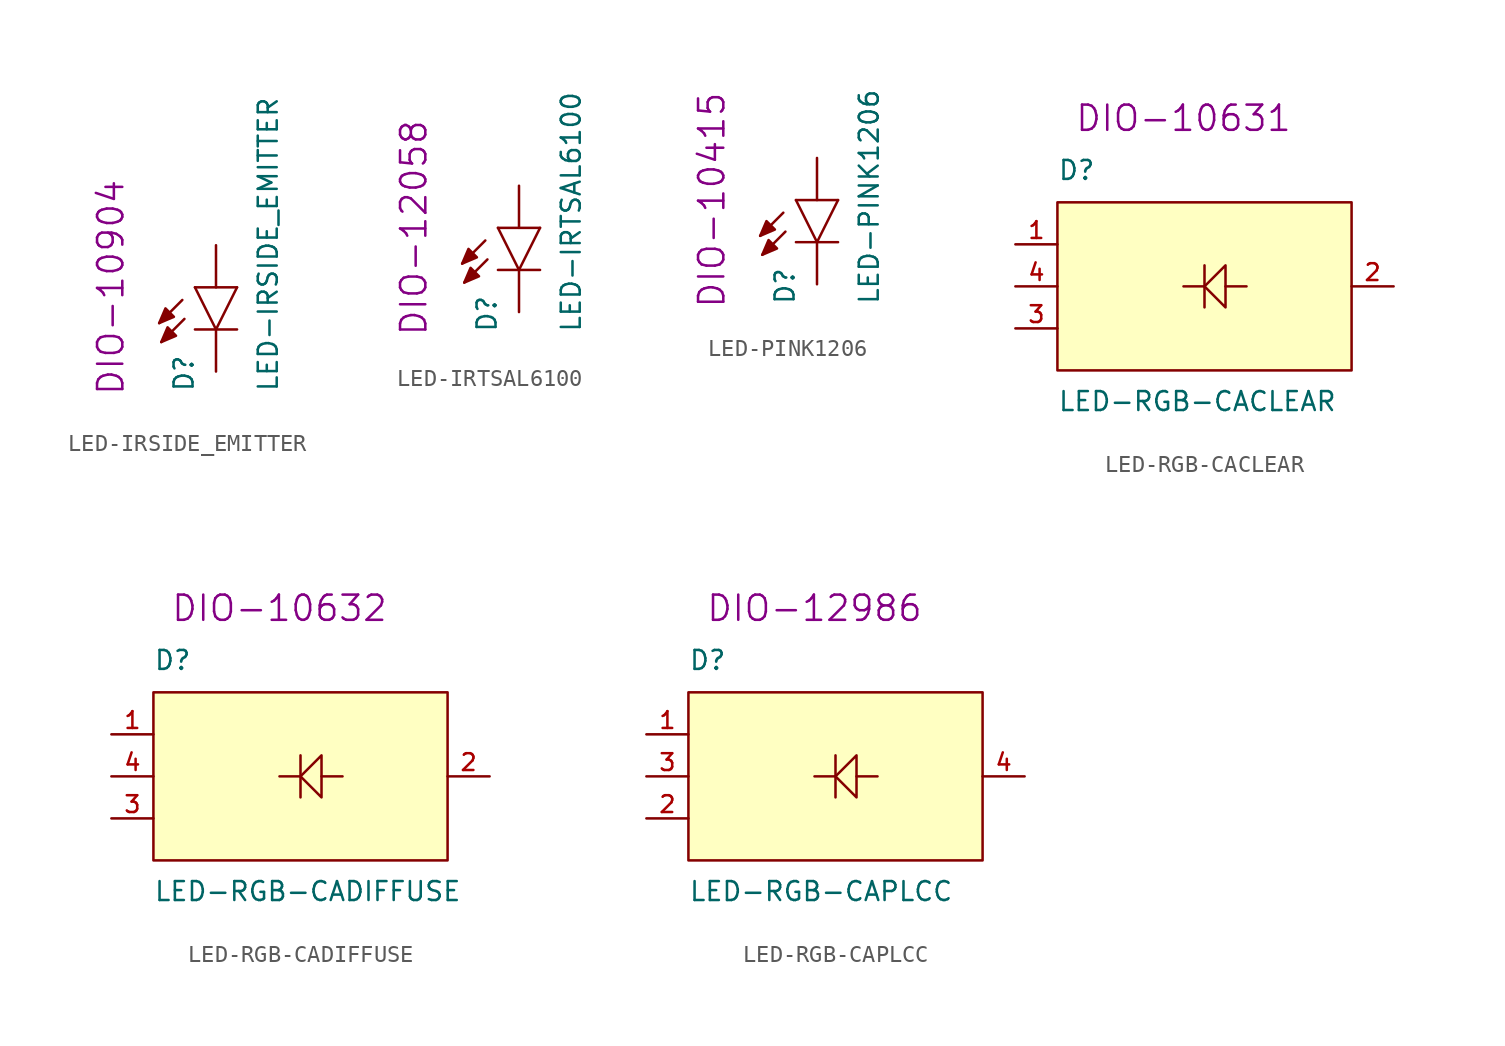
<source format=kicad_sym>
(kicad_symbol_lib
  (version 20211014)
  (generator kicad_symbol_editor)
  (symbol "LED-IRSIDE_EMITTER"
    (pin_numbers hide)
    (pin_names
      (offset 1.016) hide)
    (property "Reference" "D"
      (at -1.27 -6.35 90)
      (effects (font (size 1.143 1.143)) (justify left bottom)))
    (property "Value" "LED-IRSIDE_EMITTER"
      (at 3.81 -6.35 90)
      (effects (font (size 1.143 1.143)) (justify left bottom)))
    (property "Field4" "DIO-10904"
      (at -6.35 0 90)
      (effects (font (size 1.524 1.524))))
    (property "ki_locked" ""
      (at 0 0 0)
      (effects (font (size 1.27 1.27))))
    (symbol "LED-IRSIDE_EMITTER_1_0"
      (polyline (pts (xy -2.032 -0.762) (xy -3.429 -2.159)) (stroke (width 0) (type default) (color 0 0 0 0)) (fill (type none)))
      (polyline (pts (xy -1.905 -1.905) (xy -3.302 -3.302)) (stroke (width 0) (type default) (color 0 0 0 0)) (fill (type none)))
      (polyline (pts (xy 0 -2.54) (xy -1.27 -2.54)) (stroke (width 0) (type default) (color 0 0 0 0)) (fill (type none)))
      (polyline (pts (xy 0 -2.54) (xy -1.27 0)) (stroke (width 0) (type default) (color 0 0 0 0)) (fill (type none)))
      (polyline (pts (xy 1.27 -2.54) (xy 0 -2.54)) (stroke (width 0) (type default) (color 0 0 0 0)) (fill (type none)))
      (polyline (pts (xy 1.27 0) (xy -1.27 0)) (stroke (width 0) (type default) (color 0 0 0 0)) (fill (type none)))
      (polyline (pts (xy 1.27 0) (xy 0 -2.54)) (stroke (width 0) (type default) (color 0 0 0 0)) (fill (type none))))
    (symbol "LED-IRSIDE_EMITTER_1_1"
      (polyline (pts (xy -3.429 -2.159) (xy -3.048 -1.27) (xy -3.048 -1.27) (xy -2.54 -1.778) (xy -2.54 -1.778) (xy -3.429 -2.159)) (stroke (width 0) (type default) (color 0 0 0 0)) (fill (type outline)))
      (polyline (pts (xy -3.302 -3.302) (xy -2.921 -2.413) (xy -2.921 -2.413) (xy -2.413 -2.921) (xy -2.413 -2.921) (xy -3.302 -3.302)) (stroke (width 0) (type default) (color 0 0 0 0)) (fill (type outline)))
      (pin passive line (at 0 2.54 270) (length 2.54) (name "A" (effects (font (size 1.016 1.016)))) (number "A" (effects (font (size 1.016 1.016)))))
      (pin passive line (at 0 -5.08 90) (length 2.54) (name "C" (effects (font (size 1.016 1.016)))) (number "C" (effects (font (size 1.016 1.016)))))))
  (symbol "LED-IRTSAL6100"
    (pin_numbers hide)
    (pin_names
      (offset 1.016) hide)
    (property "Reference" "D"
      (at -1.27 -6.35 90)
      (effects (font (size 1.143 1.143)) (justify left bottom)))
    (property "Value" "LED-IRTSAL6100"
      (at 3.81 -6.35 90)
      (effects (font (size 1.143 1.143)) (justify left bottom)))
    (property "Field4" "DIO-12058"
      (at -6.35 0 90)
      (effects (font (size 1.524 1.524))))
    (property "ki_locked" ""
      (at 0 0 0)
      (effects (font (size 1.27 1.27))))
    (symbol "LED-IRTSAL6100_1_0"
      (polyline (pts (xy -2.032 -0.762) (xy -3.429 -2.159)) (stroke (width 0) (type default) (color 0 0 0 0)) (fill (type none)))
      (polyline (pts (xy -1.905 -1.905) (xy -3.302 -3.302)) (stroke (width 0) (type default) (color 0 0 0 0)) (fill (type none)))
      (polyline (pts (xy 0 -2.54) (xy -1.27 -2.54)) (stroke (width 0) (type default) (color 0 0 0 0)) (fill (type none)))
      (polyline (pts (xy 0 -2.54) (xy -1.27 0)) (stroke (width 0) (type default) (color 0 0 0 0)) (fill (type none)))
      (polyline (pts (xy 1.27 -2.54) (xy 0 -2.54)) (stroke (width 0) (type default) (color 0 0 0 0)) (fill (type none)))
      (polyline (pts (xy 1.27 0) (xy -1.27 0)) (stroke (width 0) (type default) (color 0 0 0 0)) (fill (type none)))
      (polyline (pts (xy 1.27 0) (xy 0 -2.54)) (stroke (width 0) (type default) (color 0 0 0 0)) (fill (type none))))
    (symbol "LED-IRTSAL6100_1_1"
      (polyline (pts (xy -3.429 -2.159) (xy -3.048 -1.27) (xy -3.048 -1.27) (xy -2.54 -1.778) (xy -2.54 -1.778) (xy -3.429 -2.159)) (stroke (width 0) (type default) (color 0 0 0 0)) (fill (type outline)))
      (polyline (pts (xy -3.302 -3.302) (xy -2.921 -2.413) (xy -2.921 -2.413) (xy -2.413 -2.921) (xy -2.413 -2.921) (xy -3.302 -3.302)) (stroke (width 0) (type default) (color 0 0 0 0)) (fill (type outline)))
      (pin passive line (at 0 2.54 270) (length 2.54) (name "A" (effects (font (size 1.016 1.016)))) (number "A" (effects (font (size 1.016 1.016)))))
      (pin passive line (at 0 -5.08 90) (length 2.54) (name "C" (effects (font (size 1.016 1.016)))) (number "K" (effects (font (size 1.016 1.016)))))))
  (symbol "LED-PINK1206"
    (pin_numbers hide)
    (pin_names
      (offset 1.016) hide)
    (property "Reference" "D"
      (at -1.27 -6.35 90)
      (effects (font (size 1.143 1.143)) (justify left bottom)))
    (property "Value" "LED-PINK1206"
      (at 3.81 -6.35 90)
      (effects (font (size 1.143 1.143)) (justify left bottom)))
    (property "Field4" "DIO-10415"
      (at -6.35 0 90)
      (effects (font (size 1.524 1.524))))
    (property "ki_locked" ""
      (at 0 0 0)
      (effects (font (size 1.27 1.27))))
    (symbol "LED-PINK1206_1_0"
      (polyline (pts (xy -2.032 -0.762) (xy -3.429 -2.159)) (stroke (width 0) (type default) (color 0 0 0 0)) (fill (type none)))
      (polyline (pts (xy -1.905 -1.905) (xy -3.302 -3.302)) (stroke (width 0) (type default) (color 0 0 0 0)) (fill (type none)))
      (polyline (pts (xy 0 -2.54) (xy -1.27 -2.54)) (stroke (width 0) (type default) (color 0 0 0 0)) (fill (type none)))
      (polyline (pts (xy 0 -2.54) (xy -1.27 0)) (stroke (width 0) (type default) (color 0 0 0 0)) (fill (type none)))
      (polyline (pts (xy 1.27 -2.54) (xy 0 -2.54)) (stroke (width 0) (type default) (color 0 0 0 0)) (fill (type none)))
      (polyline (pts (xy 1.27 0) (xy -1.27 0)) (stroke (width 0) (type default) (color 0 0 0 0)) (fill (type none)))
      (polyline (pts (xy 1.27 0) (xy 0 -2.54)) (stroke (width 0) (type default) (color 0 0 0 0)) (fill (type none))))
    (symbol "LED-PINK1206_1_1"
      (polyline (pts (xy -3.429 -2.159) (xy -3.048 -1.27) (xy -3.048 -1.27) (xy -2.54 -1.778) (xy -2.54 -1.778) (xy -3.429 -2.159)) (stroke (width 0) (type default) (color 0 0 0 0)) (fill (type outline)))
      (polyline (pts (xy -3.302 -3.302) (xy -2.921 -2.413) (xy -2.921 -2.413) (xy -2.413 -2.921) (xy -2.413 -2.921) (xy -3.302 -3.302)) (stroke (width 0) (type default) (color 0 0 0 0)) (fill (type outline)))
      (pin passive line (at 0 2.54 270) (length 2.54) (name "A" (effects (font (size 1.016 1.016)))) (number "A" (effects (font (size 1.016 1.016)))))
      (pin passive line (at 0 -5.08 90) (length 2.54) (name "C" (effects (font (size 1.016 1.016)))) (number "C" (effects (font (size 1.016 1.016)))))))
  (symbol "LED-RGB-CACLEAR"
    (pin_names
      (offset 1.016) hide)
    (property "Reference" "D"
      (at -7.62 6.35 0)
      (effects (font (size 1.143 1.143)) (justify left bottom)))
    (property "Value" "LED-RGB-CACLEAR"
      (at -7.62 -7.62 0)
      (effects (font (size 1.143 1.143)) (justify left bottom)))
    (property "Field4" "DIO-10631"
      (at 0 10.16 0)
      (effects (font (size 1.524 1.524))))
    (property "ki_locked" ""
      (at 0 0 0)
      (effects (font (size 1.27 1.27))))
    (symbol "LED-RGB-CACLEAR_1_0"
      (polyline (pts (xy 1.27 -1.27) (xy 1.27 0)) (stroke (width 0) (type default) (color 0 0 0 0)) (fill (type none)))
      (polyline (pts (xy 1.27 0) (xy 0 0)) (stroke (width 0) (type default) (color 0 0 0 0)) (fill (type none)))
      (polyline (pts (xy 1.27 0) (xy 1.27 1.27)) (stroke (width 0) (type default) (color 0 0 0 0)) (fill (type none)))
      (polyline (pts (xy 2.54 0) (xy 3.81 0)) (stroke (width 0) (type default) (color 0 0 0 0)) (fill (type none))))
    (symbol "LED-RGB-CACLEAR_1_1"
      (polyline (pts (xy 2.54 -1.27) (xy 2.54 0) (xy 2.54 1.27) (xy 1.27 0) (xy 2.54 -1.27)) (stroke (width 0) (type default) (color 0 0 0 0)) (fill (type background)))
      (polyline (pts (xy 10.16 5.08) (xy 10.16 -5.08) (xy -7.62 -5.08) (xy -7.62 5.08) (xy 10.16 5.08)) (stroke (width 0) (type default) (color 0 0 0 0)) (fill (type background)))
      (pin bidirectional line (at -10.16 2.54 0) (length 2.54) (name "RED" (effects (font (size 1.016 1.016)))) (number "1" (effects (font (size 1.016 1.016)))))
      (pin bidirectional line (at 12.7 0 180) (length 2.54) (name "A" (effects (font (size 1.016 1.016)))) (number "2" (effects (font (size 1.016 1.016)))))
      (pin bidirectional line (at -10.16 -2.54 0) (length 2.54) (name "GRN" (effects (font (size 1.016 1.016)))) (number "3" (effects (font (size 1.016 1.016)))))
      (pin bidirectional line (at -10.16 0 0) (length 2.54) (name "BLU" (effects (font (size 1.016 1.016)))) (number "4" (effects (font (size 1.016 1.016)))))))
  (symbol "LED-RGB-CADIFFUSE"
    (pin_names
      (offset 1.016) hide)
    (property "Reference" "D"
      (at -7.62 6.35 0)
      (effects (font (size 1.143 1.143)) (justify left bottom)))
    (property "Value" "LED-RGB-CADIFFUSE"
      (at -7.62 -7.62 0)
      (effects (font (size 1.143 1.143)) (justify left bottom)))
    (property "Field4" "DIO-10632"
      (at 0 10.16 0)
      (effects (font (size 1.524 1.524))))
    (property "ki_locked" ""
      (at 0 0 0)
      (effects (font (size 1.27 1.27))))
    (symbol "LED-RGB-CADIFFUSE_1_0"
      (polyline (pts (xy 1.27 -1.27) (xy 1.27 0)) (stroke (width 0) (type default) (color 0 0 0 0)) (fill (type none)))
      (polyline (pts (xy 1.27 0) (xy 0 0)) (stroke (width 0) (type default) (color 0 0 0 0)) (fill (type none)))
      (polyline (pts (xy 1.27 0) (xy 1.27 1.27)) (stroke (width 0) (type default) (color 0 0 0 0)) (fill (type none)))
      (polyline (pts (xy 2.54 0) (xy 3.81 0)) (stroke (width 0) (type default) (color 0 0 0 0)) (fill (type none))))
    (symbol "LED-RGB-CADIFFUSE_1_1"
      (polyline (pts (xy 2.54 -1.27) (xy 2.54 0) (xy 2.54 1.27) (xy 1.27 0) (xy 2.54 -1.27)) (stroke (width 0) (type default) (color 0 0 0 0)) (fill (type background)))
      (polyline (pts (xy 10.16 5.08) (xy 10.16 -5.08) (xy -7.62 -5.08) (xy -7.62 5.08) (xy 10.16 5.08)) (stroke (width 0) (type default) (color 0 0 0 0)) (fill (type background)))
      (pin bidirectional line (at -10.16 2.54 0) (length 2.54) (name "RED" (effects (font (size 1.016 1.016)))) (number "1" (effects (font (size 1.016 1.016)))))
      (pin bidirectional line (at 12.7 0 180) (length 2.54) (name "A" (effects (font (size 1.016 1.016)))) (number "2" (effects (font (size 1.016 1.016)))))
      (pin bidirectional line (at -10.16 -2.54 0) (length 2.54) (name "GRN" (effects (font (size 1.016 1.016)))) (number "3" (effects (font (size 1.016 1.016)))))
      (pin bidirectional line (at -10.16 0 0) (length 2.54) (name "BLU" (effects (font (size 1.016 1.016)))) (number "4" (effects (font (size 1.016 1.016)))))))
  (symbol "LED-RGB-CAPLCC"
    (pin_names
      (offset 1.016) hide)
    (property "Reference" "D"
      (at -7.62 6.35 0)
      (effects (font (size 1.143 1.143)) (justify left bottom)))
    (property "Value" "LED-RGB-CAPLCC"
      (at -7.62 -7.62 0)
      (effects (font (size 1.143 1.143)) (justify left bottom)))
    (property "Field4" "DIO-12986"
      (at 0 10.16 0)
      (effects (font (size 1.524 1.524))))
    (property "ki_locked" ""
      (at 0 0 0)
      (effects (font (size 1.27 1.27))))
    (symbol "LED-RGB-CAPLCC_1_0"
      (polyline (pts (xy 1.27 -1.27) (xy 1.27 0)) (stroke (width 0) (type default) (color 0 0 0 0)) (fill (type none)))
      (polyline (pts (xy 1.27 0) (xy 0 0)) (stroke (width 0) (type default) (color 0 0 0 0)) (fill (type none)))
      (polyline (pts (xy 1.27 0) (xy 1.27 1.27)) (stroke (width 0) (type default) (color 0 0 0 0)) (fill (type none)))
      (polyline (pts (xy 2.54 0) (xy 3.81 0)) (stroke (width 0) (type default) (color 0 0 0 0)) (fill (type none))))
    (symbol "LED-RGB-CAPLCC_1_1"
      (polyline (pts (xy 2.54 -1.27) (xy 2.54 0) (xy 2.54 1.27) (xy 1.27 0) (xy 2.54 -1.27)) (stroke (width 0) (type default) (color 0 0 0 0)) (fill (type background)))
      (polyline (pts (xy 10.16 5.08) (xy 10.16 -5.08) (xy -7.62 -5.08) (xy -7.62 5.08) (xy 10.16 5.08)) (stroke (width 0) (type default) (color 0 0 0 0)) (fill (type background)))
      (pin bidirectional line (at -10.16 2.54 0) (length 2.54) (name "RED" (effects (font (size 1.016 1.016)))) (number "1" (effects (font (size 1.016 1.016)))))
      (pin bidirectional line (at -10.16 -2.54 0) (length 2.54) (name "GRN" (effects (font (size 1.016 1.016)))) (number "2" (effects (font (size 1.016 1.016)))))
      (pin bidirectional line (at -10.16 0 0) (length 2.54) (name "BLU" (effects (font (size 1.016 1.016)))) (number "3" (effects (font (size 1.016 1.016)))))
      (pin bidirectional line (at 12.7 0 180) (length 2.54) (name "A" (effects (font (size 1.016 1.016)))) (number "4" (effects (font (size 1.016 1.016))))))))
</source>
